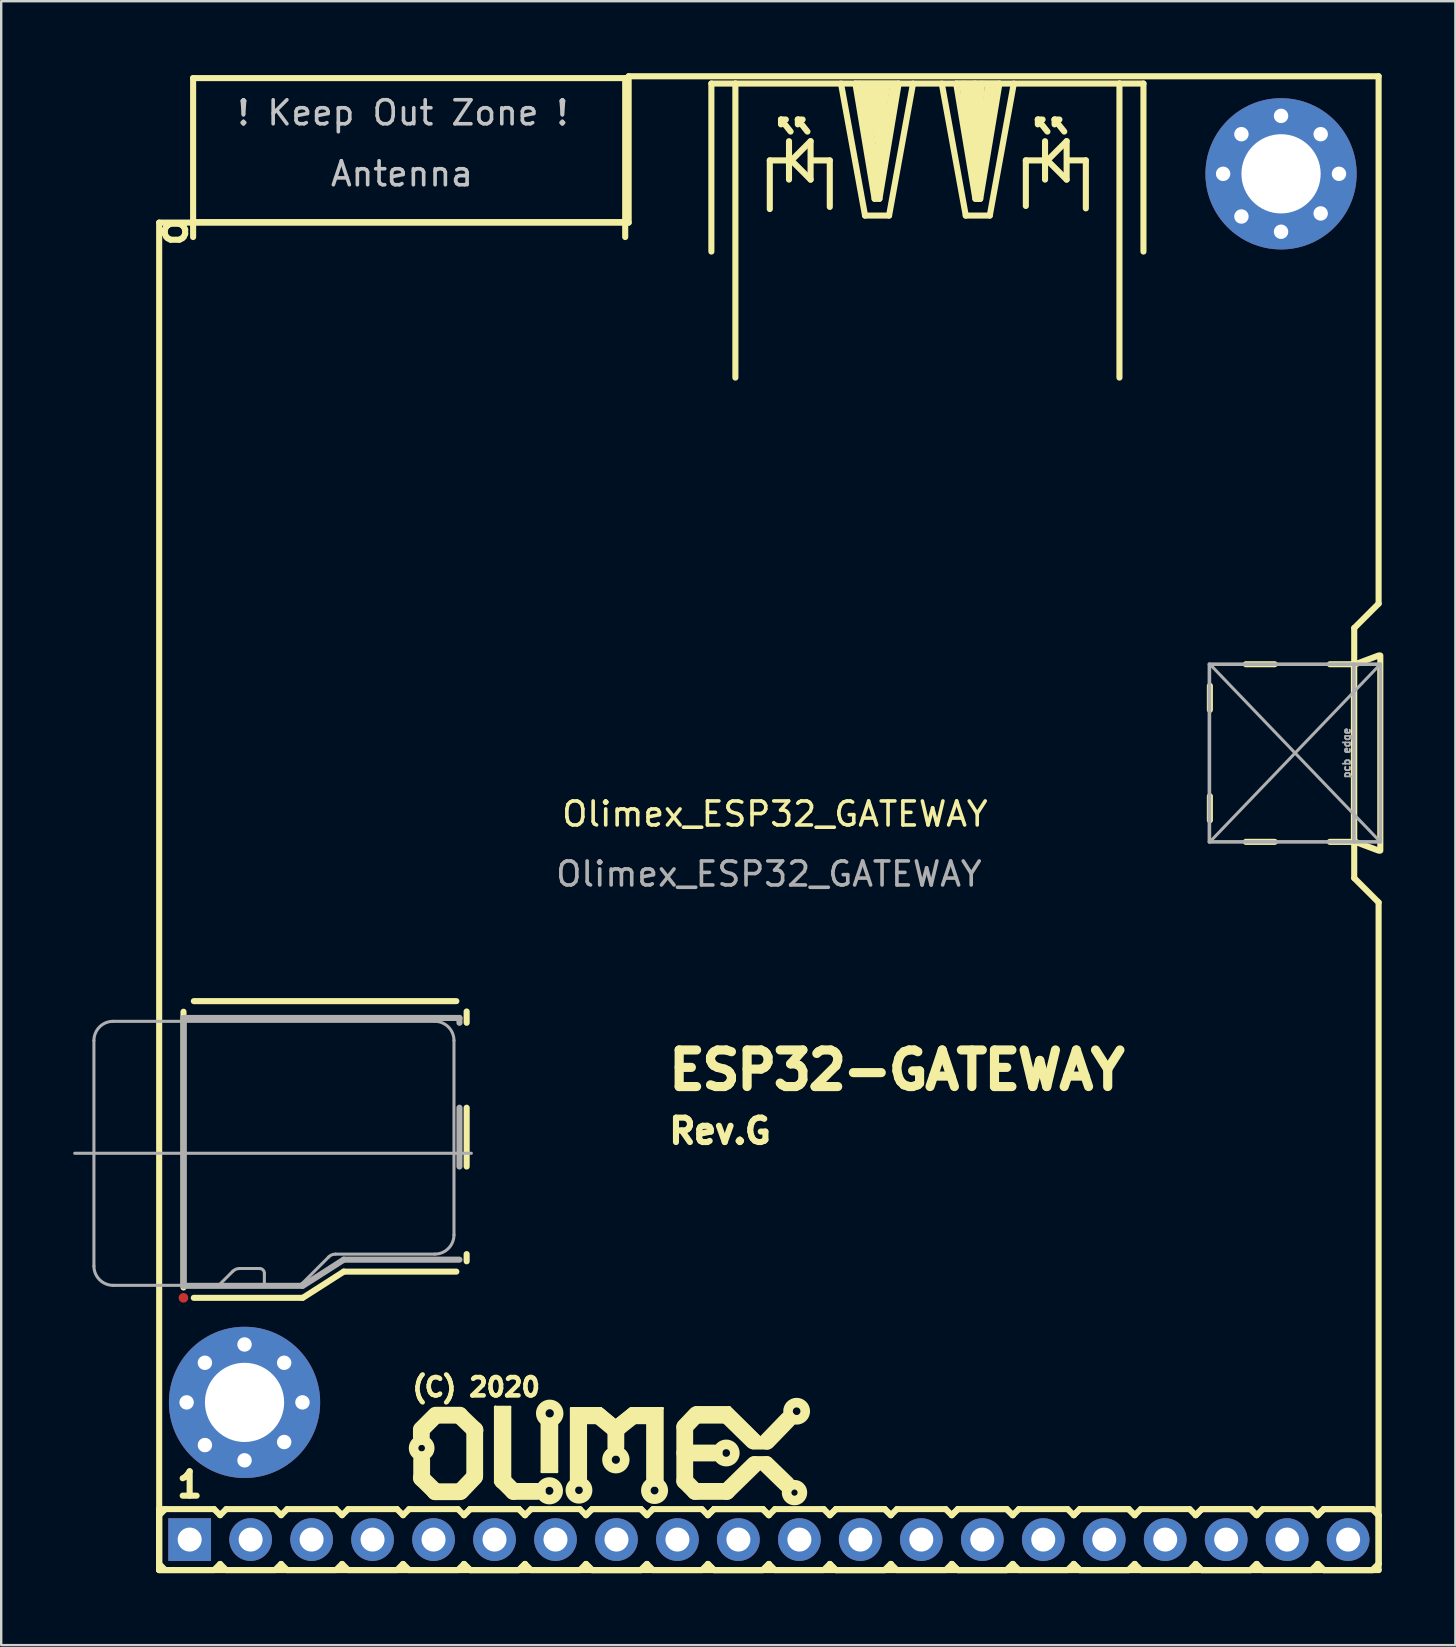
<source format=kicad_pcb>
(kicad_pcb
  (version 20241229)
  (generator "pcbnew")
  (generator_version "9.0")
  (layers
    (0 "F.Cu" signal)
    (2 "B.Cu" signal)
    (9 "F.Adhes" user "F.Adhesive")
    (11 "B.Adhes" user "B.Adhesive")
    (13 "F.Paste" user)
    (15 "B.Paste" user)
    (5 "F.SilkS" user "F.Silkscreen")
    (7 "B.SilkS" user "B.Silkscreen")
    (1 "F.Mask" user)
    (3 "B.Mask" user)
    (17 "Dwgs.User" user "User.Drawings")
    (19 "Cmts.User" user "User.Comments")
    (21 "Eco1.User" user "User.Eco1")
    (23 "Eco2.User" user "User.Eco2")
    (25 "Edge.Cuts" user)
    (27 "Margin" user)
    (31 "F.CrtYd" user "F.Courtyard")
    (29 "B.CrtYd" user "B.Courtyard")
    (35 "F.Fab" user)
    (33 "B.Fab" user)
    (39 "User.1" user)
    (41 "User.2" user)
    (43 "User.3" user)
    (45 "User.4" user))
  (footprint "Olimex_ESP32_GATEWAY"
    (layer "F.Cu")
    (at 28.981 30.861)
    (property "Reference" "Olimex_ESP32_GATEWAY" (at 0.25 0 0) (unlocked yes) (layer "F.SilkS") (effects (font (size 1 1) (thickness 0.15))))
    (attr through_hole)
    (fp_line (start -25.4 -24.638) (end -25.4 31.496) (stroke (width 0.254) (type solid)) (layer "F.SilkS"))
    (fp_line (start -25.4 -24.638) (end -5.842 -24.638) (stroke (width 0.254) (type solid)) (layer "F.SilkS"))
    (fp_line (start -25.4 28.956) (end -25.4 31.496) (stroke (width 0.254) (type solid)) (layer "F.SilkS"))
    (fp_line (start -25.4 28.956) (end -25.146 28.956) (stroke (width 0.254) (type solid)) (layer "F.SilkS"))
    (fp_line (start -25.4 29.21) (end -25.146 28.956) (stroke (width 0.254) (type solid)) (layer "F.SilkS"))
    (fp_line (start -25.4 31.496) (end 25.4 31.496) (stroke (width 0.254) (type solid)) (layer "F.SilkS"))
    (fp_line (start -25.146 28.956) (end -23.114 28.956) (stroke (width 0.254) (type solid)) (layer "F.SilkS"))
    (fp_line (start -25.146 31.496) (end -25.4 31.242) (stroke (width 0.254) (type solid)) (layer "F.SilkS"))
    (fp_line (start -24.892 31.496) (end -25.4 31.496) (stroke (width 0.254) (type solid)) (layer "F.SilkS"))
    (fp_line (start -24.387 8.237) (end -24.387 19.723) (stroke (width 0.254) (type solid)) (layer "F.SilkS"))
    (fp_line (start -23.986 -30.657) (end -23.986 -24.037) (stroke (width 0.254) (type solid)) (layer "F.SilkS"))
    (fp_line (start -23.986 -30.657) (end -5.986 -30.657) (stroke (width 0.254) (type solid)) (layer "F.SilkS"))
    (fp_line (start -23.986 -24.657) (end -5.986 -24.657) (stroke (width 0.254) (type solid)) (layer "F.SilkS"))
    (fp_line (start -23.957 7.795) (end -13.02 7.795) (stroke (width 0.254) (type solid)) (layer "F.SilkS"))
    (fp_line (start -23.957 20.155) (end -19.439 20.155) (stroke (width 0.254) (type solid)) (layer "F.SilkS"))
    (fp_line (start -23.114 28.956) (end -22.86 29.21) (stroke (width 0.254) (type solid)) (layer "F.SilkS"))
    (fp_line (start -23.114 31.496) (end -24.892 31.496) (stroke (width 0.254) (type solid)) (layer "F.SilkS"))
    (fp_line (start -22.86 29.21) (end -22.606 28.956) (stroke (width 0.254) (type solid)) (layer "F.SilkS"))
    (fp_line (start -22.86 31.242) (end -23.114 31.496) (stroke (width 0.254) (type solid)) (layer "F.SilkS"))
    (fp_line (start -22.606 28.956) (end -20.574 28.956) (stroke (width 0.254) (type solid)) (layer "F.SilkS"))
    (fp_line (start -22.606 31.496) (end -22.86 31.242) (stroke (width 0.254) (type solid)) (layer "F.SilkS"))
    (fp_line (start -20.574 28.956) (end -20.32 29.21) (stroke (width 0.254) (type solid)) (layer "F.SilkS"))
    (fp_line (start -20.574 31.496) (end -22.606 31.496) (stroke (width 0.254) (type solid)) (layer "F.SilkS"))
    (fp_line (start -20.574 31.496) (end -20.32 31.242) (stroke (width 0.254) (type solid)) (layer "F.SilkS"))
    (fp_line (start -20.32 29.21) (end -20.066 28.956) (stroke (width 0.254) (type solid)) (layer "F.SilkS"))
    (fp_line (start -20.32 31.242) (end -20.066 31.496) (stroke (width 0.254) (type solid)) (layer "F.SilkS"))
    (fp_line (start -20.066 28.956) (end -18.034 28.956) (stroke (width 0.254) (type solid)) (layer "F.SilkS"))
    (fp_line (start -18.034 28.956) (end -17.78 29.21) (stroke (width 0.254) (type solid)) (layer "F.SilkS"))
    (fp_line (start -18.034 31.496) (end -20.066 31.496) (stroke (width 0.254) (type solid)) (layer "F.SilkS"))
    (fp_line (start -17.78 29.21) (end -17.526 28.956) (stroke (width 0.254) (type solid)) (layer "F.SilkS"))
    (fp_line (start -17.78 31.242) (end -18.034 31.496) (stroke (width 0.254) (type solid)) (layer "F.SilkS"))
    (fp_line (start -17.711 19.063) (end -19.418 20.155) (stroke (width 0.254) (type solid)) (layer "F.SilkS"))
    (fp_line (start -17.526 28.956) (end -15.494 28.956) (stroke (width 0.254) (type solid)) (layer "F.SilkS"))
    (fp_line (start -17.526 31.496) (end -17.78 31.242) (stroke (width 0.254) (type solid)) (layer "F.SilkS"))
    (fp_line (start -15.494 28.956) (end -15.24 29.21) (stroke (width 0.254) (type solid)) (layer "F.SilkS"))
    (fp_line (start -15.494 31.496) (end -17.526 31.496) (stroke (width 0.254) (type solid)) (layer "F.SilkS"))
    (fp_line (start -15.24 29.21) (end -14.986 28.956) (stroke (width 0.254) (type solid)) (layer "F.SilkS"))
    (fp_line (start -15.24 31.242) (end -15.494 31.496) (stroke (width 0.254) (type solid)) (layer "F.SilkS"))
    (fp_line (start -14.986 28.956) (end -12.954 28.956) (stroke (width 0.254) (type solid)) (layer "F.SilkS"))
    (fp_line (start -14.986 31.496) (end -15.24 31.242) (stroke (width 0.254) (type solid)) (layer "F.SilkS"))
    (fp_line (start -14.478 25.641) (end -13.97 25.133) (stroke (width 0.7) (type solid)) (layer "F.SilkS"))
    (fp_line (start -14.478 25.692) (end -14.478 25.933) (stroke (width 0.7) (type solid)) (layer "F.SilkS"))
    (fp_line (start -14.478 27.661) (end -13.894 28.232) (stroke (width 0.7) (type solid)) (layer "F.SilkS"))
    (fp_line (start -14.465 27.673) (end -14.465 26.911) (stroke (width 0.7) (type solid)) (layer "F.SilkS"))
    (fp_line (start -13.906 28.232) (end -12.865 28.232) (stroke (width 0.7) (type solid)) (layer "F.SilkS"))
    (fp_line (start -13.02 19.063) (end -17.711 19.063) (stroke (width 0.254) (type solid)) (layer "F.SilkS"))
    (fp_line (start -12.954 28.956) (end -12.7 29.21) (stroke (width 0.254) (type solid)) (layer "F.SilkS"))
    (fp_line (start -12.954 31.496) (end -14.986 31.496) (stroke (width 0.254) (type solid)) (layer "F.SilkS"))
    (fp_line (start -12.878 25.044) (end -13.881 25.044) (stroke (width 0.7) (type solid)) (layer "F.SilkS"))
    (fp_line (start -12.878 25.057) (end -12.243 25.667) (stroke (width 0.7) (type solid)) (layer "F.SilkS"))
    (fp_line (start -12.7 29.21) (end -12.446 28.956) (stroke (width 0.254) (type solid)) (layer "F.SilkS"))
    (fp_line (start -12.7 29.21) (end -12.446 28.956) (stroke (width 0.254) (type solid)) (layer "F.SilkS"))
    (fp_line (start -12.7 31.242) (end -12.954 31.496) (stroke (width 0.254) (type solid)) (layer "F.SilkS"))
    (fp_line (start -12.591 8.227) (end -12.591 8.697) (stroke (width 0.254) (type solid)) (layer "F.SilkS"))
    (fp_line (start -12.591 12.235) (end -12.591 14.684) (stroke (width 0.254) (type solid)) (layer "F.SilkS"))
    (fp_line (start -12.591 18.334) (end -12.591 18.633) (stroke (width 0.254) (type solid)) (layer "F.SilkS"))
    (fp_line (start -12.446 28.956) (end -10.414 28.956) (stroke (width 0.254) (type solid)) (layer "F.SilkS"))
    (fp_line (start -12.446 28.956) (end -10.414 28.956) (stroke (width 0.254) (type solid)) (layer "F.SilkS"))
    (fp_line (start -12.446 31.496) (end -12.7 31.242) (stroke (width 0.254) (type solid)) (layer "F.SilkS"))
    (fp_line (start -12.446 31.496) (end -12.7 31.242) (stroke (width 0.254) (type solid)) (layer "F.SilkS"))
    (fp_line (start -12.268 27.622) (end -12.827 28.207) (stroke (width 0.7) (type solid)) (layer "F.SilkS"))
    (fp_line (start -12.255 25.654) (end -12.255 27.584) (stroke (width 0.7) (type solid)) (layer "F.SilkS"))
    (fp_line (start -11.405 24.701) (end -11.405 27.851) (stroke (width 0.1) (type solid)) (layer "F.SilkS"))
    (fp_line (start -11.392 24.701) (end -11.405 24.701) (stroke (width 0.1) (type solid)) (layer "F.SilkS"))
    (fp_line (start -11.379 24.701) (end -11.392 24.701) (stroke (width 0.1) (type solid)) (layer "F.SilkS"))
    (fp_line (start -11.265 24.79) (end -11.328 24.778) (stroke (width 0.1) (type solid)) (layer "F.SilkS"))
    (fp_line (start -11.1 24.701) (end -11.379 24.701) (stroke (width 0.1) (type solid)) (layer "F.SilkS"))
    (fp_line (start -11.1 27.775) (end -11.1 25.044) (stroke (width 0.7) (type solid)) (layer "F.SilkS"))
    (fp_line (start -11.087 24.701) (end -10.782 24.701) (stroke (width 0.1) (type solid)) (layer "F.SilkS"))
    (fp_line (start -10.96 24.778) (end -10.846 24.778) (stroke (width 0.1) (type solid)) (layer "F.SilkS"))
    (fp_line (start -10.782 24.701) (end -10.782 27.737) (stroke (width 0.1) (type solid)) (layer "F.SilkS"))
    (fp_line (start -10.643 28.219) (end -11.1 27.762) (stroke (width 0.7) (type solid)) (layer "F.SilkS"))
    (fp_line (start -10.414 28.956) (end -10.16 29.21) (stroke (width 0.254) (type solid)) (layer "F.SilkS"))
    (fp_line (start -10.414 28.956) (end -10.16 29.21) (stroke (width 0.254) (type solid)) (layer "F.SilkS"))
    (fp_line (start -10.414 31.496) (end -12.446 31.496) (stroke (width 0.254) (type solid)) (layer "F.SilkS"))
    (fp_line (start -10.414 31.496) (end -12.446 31.496) (stroke (width 0.254) (type solid)) (layer "F.SilkS"))
    (fp_line (start -10.16 29.21) (end -9.906 28.956) (stroke (width 0.254) (type solid)) (layer "F.SilkS"))
    (fp_line (start -10.16 31.242) (end -10.414 31.496) (stroke (width 0.254) (type solid)) (layer "F.SilkS"))
    (fp_line (start -10.16 31.242) (end -10.414 31.496) (stroke (width 0.254) (type solid)) (layer "F.SilkS"))
    (fp_line (start -9.906 28.956) (end -7.874 28.956) (stroke (width 0.254) (type solid)) (layer "F.SilkS"))
    (fp_line (start -9.906 31.496) (end -10.16 31.242) (stroke (width 0.254) (type solid)) (layer "F.SilkS"))
    (fp_line (start -9.657 28.219) (end -10.643 28.219) (stroke (width 0.7) (type solid)) (layer "F.SilkS"))
    (fp_line (start -9.461 25.387) (end -9.461 27.407) (stroke (width 0.1) (type solid)) (layer "F.SilkS"))
    (fp_line (start -9.461 27.407) (end -8.852 27.407) (stroke (width 0.1) (type solid)) (layer "F.SilkS"))
    (fp_line (start -9.322 27.343) (end -9.385 27.343) (stroke (width 0.1) (type solid)) (layer "F.SilkS"))
    (fp_line (start -9.144 25.502) (end -9.144 27.102) (stroke (width 0.7) (type solid)) (layer "F.SilkS"))
    (fp_line (start -8.979 27.343) (end -8.89 27.343) (stroke (width 0.1) (type solid)) (layer "F.SilkS"))
    (fp_line (start -8.852 27.407) (end -8.826 27.407) (stroke (width 0.1) (type solid)) (layer "F.SilkS"))
    (fp_line (start -8.826 27.407) (end -8.826 25.387) (stroke (width 0.1) (type solid)) (layer "F.SilkS"))
    (fp_line (start -8.242 24.752) (end -6.998 24.752) (stroke (width 0.1) (type solid)) (layer "F.SilkS"))
    (fp_line (start -8.242 27.75) (end -8.242 24.765) (stroke (width 0.1) (type solid)) (layer "F.SilkS"))
    (fp_line (start -8.09 24.816) (end -8.166 24.816) (stroke (width 0.1) (type solid)) (layer "F.SilkS"))
    (fp_line (start -7.925 25.07) (end -7.087 25.07) (stroke (width 0.7) (type solid)) (layer "F.SilkS"))
    (fp_line (start -7.925 27.661) (end -7.925 25.07) (stroke (width 0.7) (type solid)) (layer "F.SilkS"))
    (fp_line (start -7.874 28.956) (end -7.62 29.21) (stroke (width 0.254) (type solid)) (layer "F.SilkS"))
    (fp_line (start -7.874 31.496) (end -9.906 31.496) (stroke (width 0.254) (type solid)) (layer "F.SilkS"))
    (fp_line (start -7.62 29.21) (end -7.366 28.956) (stroke (width 0.254) (type solid)) (layer "F.SilkS"))
    (fp_line (start -7.62 29.21) (end -7.366 28.956) (stroke (width 0.254) (type solid)) (layer "F.SilkS"))
    (fp_line (start -7.62 31.242) (end -7.874 31.496) (stroke (width 0.254) (type solid)) (layer "F.SilkS"))
    (fp_line (start -7.366 28.956) (end -5.334 28.956) (stroke (width 0.254) (type solid)) (layer "F.SilkS"))
    (fp_line (start -7.366 28.956) (end -5.334 28.956) (stroke (width 0.254) (type solid)) (layer "F.SilkS"))
    (fp_line (start -7.366 31.496) (end -7.62 31.242) (stroke (width 0.254) (type solid)) (layer "F.SilkS"))
    (fp_line (start -7.366 31.496) (end -7.62 31.242) (stroke (width 0.254) (type solid)) (layer "F.SilkS"))
    (fp_line (start -7.087 25.07) (end -6.477 25.578) (stroke (width 0.7) (type solid)) (layer "F.SilkS"))
    (fp_line (start -6.998 24.752) (end -6.413 25.235) (stroke (width 0.1) (type solid)) (layer "F.SilkS"))
    (fp_line (start -6.375 26.365) (end -6.375 25.654) (stroke (width 0.7) (type solid)) (layer "F.SilkS"))
    (fp_line (start -6.299 25.578) (end -5.664 25.07) (stroke (width 0.7) (type solid)) (layer "F.SilkS"))
    (fp_line (start -5.986 -30.657) (end -5.986 -24.037) (stroke (width 0.254) (type solid)) (layer "F.SilkS"))
    (fp_line (start -5.842 -24.638) (end -5.842 -30.734) (stroke (width 0.254) (type solid)) (layer "F.SilkS"))
    (fp_line (start -5.753 24.752) (end -6.375 25.248) (stroke (width 0.1) (type solid)) (layer "F.SilkS"))
    (fp_line (start -5.728 24.752) (end -5.753 24.752) (stroke (width 0.1) (type solid)) (layer "F.SilkS"))
    (fp_line (start -5.664 25.07) (end -4.775 25.07) (stroke (width 0.7) (type solid)) (layer "F.SilkS"))
    (fp_line (start -5.334 28.956) (end -5.08 29.21) (stroke (width 0.254) (type solid)) (layer "F.SilkS"))
    (fp_line (start -5.334 28.956) (end -5.08 29.21) (stroke (width 0.254) (type solid)) (layer "F.SilkS"))
    (fp_line (start -5.334 31.496) (end -7.366 31.496) (stroke (width 0.254) (type solid)) (layer "F.SilkS"))
    (fp_line (start -5.334 31.496) (end -7.366 31.496) (stroke (width 0.254) (type solid)) (layer "F.SilkS"))
    (fp_line (start -5.08 29.21) (end -4.826 28.956) (stroke (width 0.254) (type solid)) (layer "F.SilkS"))
    (fp_line (start -5.08 31.242) (end -5.334 31.496) (stroke (width 0.254) (type solid)) (layer "F.SilkS"))
    (fp_line (start -5.08 31.242) (end -5.334 31.496) (stroke (width 0.254) (type solid)) (layer "F.SilkS"))
    (fp_line (start -4.826 28.956) (end -2.794 28.956) (stroke (width 0.254) (type solid)) (layer "F.SilkS"))
    (fp_line (start -4.826 31.496) (end -5.08 31.242) (stroke (width 0.254) (type solid)) (layer "F.SilkS"))
    (fp_line (start -4.763 25.057) (end -4.763 27.661) (stroke (width 0.7) (type solid)) (layer "F.SilkS"))
    (fp_line (start -4.585 24.828) (end -4.483 24.828) (stroke (width 0.1) (type solid)) (layer "F.SilkS"))
    (fp_line (start -4.432 24.752) (end -5.728 24.752) (stroke (width 0.1) (type solid)) (layer "F.SilkS"))
    (fp_line (start -4.432 24.765) (end -4.432 24.752) (stroke (width 0.1) (type solid)) (layer "F.SilkS"))
    (fp_line (start -4.432 27.775) (end -4.432 24.765) (stroke (width 0.1) (type solid)) (layer "F.SilkS"))
    (fp_line (start -3.505 25.527) (end -3.023 25.019) (stroke (width 0.7) (type solid)) (layer "F.SilkS"))
    (fp_line (start -3.505 25.552) (end -3.505 27.788) (stroke (width 0.7) (type solid)) (layer "F.SilkS"))
    (fp_line (start -3.505 27.788) (end -3.073 28.219) (stroke (width 0.7) (type solid)) (layer "F.SilkS"))
    (fp_line (start -3.073 28.219) (end -1.753 28.219) (stroke (width 0.7) (type solid)) (layer "F.SilkS"))
    (fp_line (start -3.061 24.714) (end -1.689 24.714) (stroke (width 0.1) (type solid)) (layer "F.SilkS"))
    (fp_line (start -2.974 25.044) (end -1.753 25.044) (stroke (width 0.7) (type solid)) (layer "F.SilkS"))
    (fp_line (start -2.794 28.956) (end -2.54 29.21) (stroke (width 0.254) (type solid)) (layer "F.SilkS"))
    (fp_line (start -2.794 31.496) (end -4.826 31.496) (stroke (width 0.254) (type solid)) (layer "F.SilkS"))
    (fp_line (start -2.54 29.21) (end -2.286 28.956) (stroke (width 0.254) (type solid)) (layer "F.SilkS"))
    (fp_line (start -2.54 29.21) (end -2.286 28.956) (stroke (width 0.254) (type solid)) (layer "F.SilkS"))
    (fp_line (start -2.54 31.242) (end -2.794 31.496) (stroke (width 0.254) (type solid)) (layer "F.SilkS"))
    (fp_line (start -2.396 -30.431) (end -2.396 -23.431) (stroke (width 0.254) (type solid)) (layer "F.SilkS"))
    (fp_line (start -2.286 26.619) (end -3.505 26.619) (stroke (width 0.7) (type solid)) (layer "F.SilkS"))
    (fp_line (start -2.286 28.956) (end -0.254 28.956) (stroke (width 0.254) (type solid)) (layer "F.SilkS"))
    (fp_line (start -2.286 28.956) (end -0.254 28.956) (stroke (width 0.254) (type solid)) (layer "F.SilkS"))
    (fp_line (start -2.286 31.496) (end -2.54 31.242) (stroke (width 0.254) (type solid)) (layer "F.SilkS"))
    (fp_line (start -2.286 31.496) (end -2.54 31.242) (stroke (width 0.254) (type solid)) (layer "F.SilkS"))
    (fp_line (start -1.753 25.044) (end -0.66 26.111) (stroke (width 0.7) (type solid)) (layer "F.SilkS"))
    (fp_line (start -1.753 28.219) (end -0.61 27.102) (stroke (width 0.7) (type solid)) (layer "F.SilkS"))
    (fp_line (start -1.689 24.714) (end -1.638 24.714) (stroke (width 0.1) (type solid)) (layer "F.SilkS"))
    (fp_line (start -1.638 24.714) (end -0.381 25.959) (stroke (width 0.1) (type solid)) (layer "F.SilkS"))
    (fp_line (start -1.396 -30.431) (end -2.396 -30.431) (stroke (width 0.254) (type solid)) (layer "F.SilkS"))
    (fp_line (start -1.396 -30.431) (end 14.604 -30.431) (stroke (width 0.254) (type solid)) (layer "F.SilkS"))
    (fp_line (start -1.396 -18.181) (end -1.396 -30.431) (stroke (width 0.254) (type solid)) (layer "F.SilkS"))
    (fp_line (start -0.635 26.226) (end -0.076 26.226) (stroke (width 0.5) (type solid)) (layer "F.SilkS"))
    (fp_line (start -0.61 27) (end -0.076 27) (stroke (width 0.5) (type solid)) (layer "F.SilkS"))
    (fp_line (start -0.254 28.956) (end 0 29.21) (stroke (width 0.254) (type solid)) (layer "F.SilkS"))
    (fp_line (start -0.254 28.956) (end 0 29.21) (stroke (width 0.254) (type solid)) (layer "F.SilkS"))
    (fp_line (start -0.254 31.496) (end -2.286 31.496) (stroke (width 0.254) (type solid)) (layer "F.SilkS"))
    (fp_line (start -0.254 31.496) (end -2.286 31.496) (stroke (width 0.254) (type solid)) (layer "F.SilkS"))
    (fp_line (start 0 29.21) (end 0.254 28.956) (stroke (width 0.254) (type solid)) (layer "F.SilkS"))
    (fp_line (start 0 31.242) (end -0.254 31.496) (stroke (width 0.254) (type solid)) (layer "F.SilkS"))
    (fp_line (start 0 31.242) (end -0.254 31.496) (stroke (width 0.254) (type solid)) (layer "F.SilkS"))
    (fp_line (start 0.038 -27.229) (end 0.737 -27.229) (stroke (width 0.254) (type solid)) (layer "F.SilkS"))
    (fp_line (start 0.038 -25.202) (end 0.038 -27.229) (stroke (width 0.254) (type solid)) (layer "F.SilkS"))
    (fp_line (start 0.254 28.956) (end 2.286 28.956) (stroke (width 0.254) (type solid)) (layer "F.SilkS"))
    (fp_line (start 0.254 31.496) (end 0 31.242) (stroke (width 0.254) (type solid)) (layer "F.SilkS"))
    (fp_line (start 0.505 -28.931) (end 0.505 -28.73) (stroke (width 0.254) (type solid)) (layer "F.SilkS"))
    (fp_line (start 0.505 -28.931) (end 0.706 -28.931) (stroke (width 0.254) (type solid)) (layer "F.SilkS"))
    (fp_line (start 0.737 27.915) (end -0.102 27.102) (stroke (width 0.7) (type solid)) (layer "F.SilkS"))
    (fp_line (start 0.787 25.235) (end -0.076 26.129) (stroke (width 0.7) (type solid)) (layer "F.SilkS"))
    (fp_line (start 0.838 -28.029) (end 0.838 -26.429) (stroke (width 0.254) (type solid)) (layer "F.SilkS"))
    (fp_line (start 0.904 -28.43) (end 0.505 -28.931) (stroke (width 0.254) (type solid)) (layer "F.SilkS"))
    (fp_line (start 0.937 -27.229) (end 1.737 -26.429) (stroke (width 0.254) (type solid)) (layer "F.SilkS"))
    (fp_line (start 1.206 -28.931) (end 1.206 -28.73) (stroke (width 0.254) (type solid)) (layer "F.SilkS"))
    (fp_line (start 1.206 -28.931) (end 1.405 -28.931) (stroke (width 0.254) (type solid)) (layer "F.SilkS"))
    (fp_line (start 1.605 -28.43) (end 1.206 -28.931) (stroke (width 0.254) (type solid)) (layer "F.SilkS"))
    (fp_line (start 1.737 -28.029) (end 0.937 -27.229) (stroke (width 0.254) (type solid)) (layer "F.SilkS"))
    (fp_line (start 1.737 -28.029) (end 1.737 -26.429) (stroke (width 0.254) (type solid)) (layer "F.SilkS"))
    (fp_line (start 1.836 -27.229) (end 2.537 -27.229) (stroke (width 0.254) (type solid)) (layer "F.SilkS"))
    (fp_line (start 2.286 28.956) (end 2.54 29.21) (stroke (width 0.254) (type solid)) (layer "F.SilkS"))
    (fp_line (start 2.286 31.496) (end 0.254 31.496) (stroke (width 0.254) (type solid)) (layer "F.SilkS"))
    (fp_line (start 2.537 -27.229) (end 2.537 -25.291) (stroke (width 0.254) (type solid)) (layer "F.SilkS"))
    (fp_line (start 2.54 29.21) (end 2.794 28.956) (stroke (width 0.254) (type solid)) (layer "F.SilkS"))
    (fp_line (start 2.54 29.21) (end 2.794 28.956) (stroke (width 0.254) (type solid)) (layer "F.SilkS"))
    (fp_line (start 2.54 31.242) (end 2.286 31.496) (stroke (width 0.254) (type solid)) (layer "F.SilkS"))
    (fp_line (start 2.794 28.956) (end 4.826 28.956) (stroke (width 0.254) (type solid)) (layer "F.SilkS"))
    (fp_line (start 2.794 28.956) (end 4.826 28.956) (stroke (width 0.254) (type solid)) (layer "F.SilkS"))
    (fp_line (start 2.794 31.496) (end 2.54 31.242) (stroke (width 0.254) (type solid)) (layer "F.SilkS"))
    (fp_line (start 2.794 31.496) (end 2.54 31.242) (stroke (width 0.254) (type solid)) (layer "F.SilkS"))
    (fp_line (start 3.604 -30.429) (end 5.405 -30.429) (stroke (width 0.254) (type solid)) (layer "F.SilkS"))
    (fp_line (start 4.006 -24.93) (end 3.005 -30.429) (stroke (width 0.254) (type solid)) (layer "F.SilkS"))
    (fp_line (start 4.404 -25.629) (end 3.604 -30.429) (stroke (width 0.254) (type solid)) (layer "F.SilkS"))
    (fp_line (start 4.454 -27.041) (end 4.934 -30.401) (stroke (width 0.254) (type solid)) (layer "F.SilkS"))
    (fp_line (start 4.504 -25.991) (end 5.174 -30.411) (stroke (width 0.254) (type solid)) (layer "F.SilkS"))
    (fp_line (start 4.514 -29.531) (end 4.514 -30.401) (stroke (width 0.254) (type solid)) (layer "F.SilkS"))
    (fp_line (start 4.514 -26.571) (end 3.994 -30.301) (stroke (width 0.254) (type solid)) (layer "F.SilkS"))
    (fp_line (start 4.514 -25.821) (end 3.794 -30.421) (stroke (width 0.254) (type solid)) (layer "F.SilkS"))
    (fp_line (start 4.554 -28.211) (end 4.704 -30.391) (stroke (width 0.254) (type solid)) (layer "F.SilkS"))
    (fp_line (start 4.584 -27.791) (end 4.184 -30.361) (stroke (width 0.254) (type solid)) (layer "F.SilkS"))
    (fp_line (start 4.605 -25.629) (end 4.404 -25.629) (stroke (width 0.254) (type solid)) (layer "F.SilkS"))
    (fp_line (start 4.624 -28.821) (end 4.344 -30.401) (stroke (width 0.254) (type solid)) (layer "F.SilkS"))
    (fp_line (start 4.826 28.956) (end 5.08 29.21) (stroke (width 0.254) (type solid)) (layer "F.SilkS"))
    (fp_line (start 4.826 28.956) (end 5.08 29.21) (stroke (width 0.254) (type solid)) (layer "F.SilkS"))
    (fp_line (start 4.826 31.496) (end 2.794 31.496) (stroke (width 0.254) (type solid)) (layer "F.SilkS"))
    (fp_line (start 4.826 31.496) (end 2.794 31.496) (stroke (width 0.254) (type solid)) (layer "F.SilkS"))
    (fp_line (start 5.006 -24.93) (end 4.006 -24.93) (stroke (width 0.254) (type solid)) (layer "F.SilkS"))
    (fp_line (start 5.08 29.21) (end 5.334 28.956) (stroke (width 0.254) (type solid)) (layer "F.SilkS"))
    (fp_line (start 5.08 31.242) (end 4.826 31.496) (stroke (width 0.254) (type solid)) (layer "F.SilkS"))
    (fp_line (start 5.08 31.242) (end 4.826 31.496) (stroke (width 0.254) (type solid)) (layer "F.SilkS"))
    (fp_line (start 5.334 28.956) (end 7.366 28.956) (stroke (width 0.254) (type solid)) (layer "F.SilkS"))
    (fp_line (start 5.334 31.496) (end 5.08 31.242) (stroke (width 0.254) (type solid)) (layer "F.SilkS"))
    (fp_line (start 5.405 -30.429) (end 4.605 -25.629) (stroke (width 0.254) (type solid)) (layer "F.SilkS"))
    (fp_line (start 6.005 -30.429) (end 5.006 -24.93) (stroke (width 0.254) (type solid)) (layer "F.SilkS"))
    (fp_line (start 7.366 28.956) (end 7.62 29.21) (stroke (width 0.254) (type solid)) (layer "F.SilkS"))
    (fp_line (start 7.366 31.496) (end 5.334 31.496) (stroke (width 0.254) (type solid)) (layer "F.SilkS"))
    (fp_line (start 7.62 29.21) (end 7.874 28.956) (stroke (width 0.254) (type solid)) (layer "F.SilkS"))
    (fp_line (start 7.62 29.21) (end 7.874 28.956) (stroke (width 0.254) (type solid)) (layer "F.SilkS"))
    (fp_line (start 7.62 31.242) (end 7.366 31.496) (stroke (width 0.254) (type solid)) (layer "F.SilkS"))
    (fp_line (start 7.803 -30.429) (end 9.604 -30.429) (stroke (width 0.254) (type solid)) (layer "F.SilkS"))
    (fp_line (start 7.874 28.956) (end 9.906 28.956) (stroke (width 0.254) (type solid)) (layer "F.SilkS"))
    (fp_line (start 7.874 28.956) (end 9.906 28.956) (stroke (width 0.254) (type solid)) (layer "F.SilkS"))
    (fp_line (start 7.874 31.496) (end 7.62 31.242) (stroke (width 0.254) (type solid)) (layer "F.SilkS"))
    (fp_line (start 7.874 31.496) (end 7.62 31.242) (stroke (width 0.254) (type solid)) (layer "F.SilkS"))
    (fp_line (start 8.202 -24.93) (end 7.203 -30.429) (stroke (width 0.254) (type solid)) (layer "F.SilkS"))
    (fp_line (start 8.603 -25.629) (end 7.803 -30.429) (stroke (width 0.254) (type solid)) (layer "F.SilkS"))
    (fp_line (start 8.604 -29.561) (end 8.744 -30.371) (stroke (width 0.254) (type solid)) (layer "F.SilkS"))
    (fp_line (start 8.684 -27.911) (end 8.874 -30.421) (stroke (width 0.254) (type solid)) (layer "F.SilkS"))
    (fp_line (start 8.704 -25.631) (end 8.054 -30.421) (stroke (width 0.254) (type solid)) (layer "F.SilkS"))
    (fp_line (start 8.714 -26.681) (end 9.124 -30.411) (stroke (width 0.254) (type solid)) (layer "F.SilkS"))
    (fp_line (start 8.714 -25.781) (end 9.364 -30.411) (stroke (width 0.254) (type solid)) (layer "F.SilkS"))
    (fp_line (start 8.724 -26.391) (end 8.164 -30.421) (stroke (width 0.254) (type solid)) (layer "F.SilkS"))
    (fp_line (start 8.734 -27.201) (end 8.374 -30.411) (stroke (width 0.254) (type solid)) (layer "F.SilkS"))
    (fp_line (start 8.774 -28.791) (end 8.574 -30.431) (stroke (width 0.254) (type solid)) (layer "F.SilkS"))
    (fp_line (start 8.804 -25.629) (end 8.603 -25.629) (stroke (width 0.254) (type solid)) (layer "F.SilkS"))
    (fp_line (start 9.202 -24.93) (end 8.202 -24.93) (stroke (width 0.254) (type solid)) (layer "F.SilkS"))
    (fp_line (start 9.604 -30.429) (end 8.804 -25.629) (stroke (width 0.254) (type solid)) (layer "F.SilkS"))
    (fp_line (start 9.906 28.956) (end 10.16 29.21) (stroke (width 0.254) (type solid)) (layer "F.SilkS"))
    (fp_line (start 9.906 28.956) (end 10.16 29.21) (stroke (width 0.254) (type solid)) (layer "F.SilkS"))
    (fp_line (start 9.906 31.496) (end 7.874 31.496) (stroke (width 0.254) (type solid)) (layer "F.SilkS"))
    (fp_line (start 9.906 31.496) (end 7.874 31.496) (stroke (width 0.254) (type solid)) (layer "F.SilkS"))
    (fp_line (start 10.16 29.21) (end 10.414 28.956) (stroke (width 0.254) (type solid)) (layer "F.SilkS"))
    (fp_line (start 10.16 31.242) (end 9.906 31.496) (stroke (width 0.254) (type solid)) (layer "F.SilkS"))
    (fp_line (start 10.16 31.242) (end 9.906 31.496) (stroke (width 0.254) (type solid)) (layer "F.SilkS"))
    (fp_line (start 10.203 -30.429) (end 9.202 -24.93) (stroke (width 0.254) (type solid)) (layer "F.SilkS"))
    (fp_line (start 10.414 28.956) (end 12.446 28.956) (stroke (width 0.254) (type solid)) (layer "F.SilkS"))
    (fp_line (start 10.414 31.496) (end 10.16 31.242) (stroke (width 0.254) (type solid)) (layer "F.SilkS"))
    (fp_line (start 10.704 -27.231) (end 10.704 -25.331) (stroke (width 0.254) (type solid)) (layer "F.SilkS"))
    (fp_line (start 11.204 -28.931) (end 11.204 -28.73) (stroke (width 0.254) (type solid)) (layer "F.SilkS"))
    (fp_line (start 11.204 -28.931) (end 11.402 -28.931) (stroke (width 0.254) (type solid)) (layer "F.SilkS"))
    (fp_line (start 11.402 -27.229) (end 10.704 -27.229) (stroke (width 0.254) (type solid)) (layer "F.SilkS"))
    (fp_line (start 11.504 -26.429) (end 11.504 -28.029) (stroke (width 0.254) (type solid)) (layer "F.SilkS"))
    (fp_line (start 11.603 -28.43) (end 11.204 -28.931) (stroke (width 0.254) (type solid)) (layer "F.SilkS"))
    (fp_line (start 11.603 -27.229) (end 12.403 -28.029) (stroke (width 0.254) (type solid)) (layer "F.SilkS"))
    (fp_line (start 11.902 -28.931) (end 11.902 -28.73) (stroke (width 0.254) (type solid)) (layer "F.SilkS"))
    (fp_line (start 11.902 -28.931) (end 12.103 -28.931) (stroke (width 0.254) (type solid)) (layer "F.SilkS"))
    (fp_line (start 12.304 -28.43) (end 11.902 -28.931) (stroke (width 0.254) (type solid)) (layer "F.SilkS"))
    (fp_line (start 12.403 -26.429) (end 11.603 -27.229) (stroke (width 0.254) (type solid)) (layer "F.SilkS"))
    (fp_line (start 12.404 -26.431) (end 12.404 -28.031) (stroke (width 0.254) (type solid)) (layer "F.SilkS"))
    (fp_line (start 12.446 28.956) (end 12.7 29.21) (stroke (width 0.254) (type solid)) (layer "F.SilkS"))
    (fp_line (start 12.446 31.496) (end 10.414 31.496) (stroke (width 0.254) (type solid)) (layer "F.SilkS"))
    (fp_line (start 12.7 29.21) (end 12.954 28.956) (stroke (width 0.254) (type solid)) (layer "F.SilkS"))
    (fp_line (start 12.7 29.21) (end 12.954 28.956) (stroke (width 0.254) (type solid)) (layer "F.SilkS"))
    (fp_line (start 12.7 31.242) (end 12.446 31.496) (stroke (width 0.254) (type solid)) (layer "F.SilkS"))
    (fp_line (start 12.954 28.956) (end 14.986 28.956) (stroke (width 0.254) (type solid)) (layer "F.SilkS"))
    (fp_line (start 12.954 28.956) (end 14.986 28.956) (stroke (width 0.254) (type solid)) (layer "F.SilkS"))
    (fp_line (start 12.954 31.496) (end 12.7 31.242) (stroke (width 0.254) (type solid)) (layer "F.SilkS"))
    (fp_line (start 12.954 31.496) (end 12.7 31.242) (stroke (width 0.254) (type solid)) (layer "F.SilkS"))
    (fp_line (start 13.204 -27.231) (end 12.504 -27.231) (stroke (width 0.254) (type solid)) (layer "F.SilkS"))
    (fp_line (start 13.204 -25.231) (end 13.204 -27.231) (stroke (width 0.254) (type solid)) (layer "F.SilkS"))
    (fp_line (start 14.604 -30.431) (end 14.604 -18.181) (stroke (width 0.254) (type solid)) (layer "F.SilkS"))
    (fp_line (start 14.604 -30.431) (end 15.604 -30.431) (stroke (width 0.254) (type solid)) (layer "F.SilkS"))
    (fp_line (start 14.986 28.956) (end 15.24 29.21) (stroke (width 0.254) (type solid)) (layer "F.SilkS"))
    (fp_line (start 14.986 28.956) (end 15.24 29.21) (stroke (width 0.254) (type solid)) (layer "F.SilkS"))
    (fp_line (start 14.986 31.496) (end 12.954 31.496) (stroke (width 0.254) (type solid)) (layer "F.SilkS"))
    (fp_line (start 14.986 31.496) (end 12.954 31.496) (stroke (width 0.254) (type solid)) (layer "F.SilkS"))
    (fp_line (start 15.24 29.21) (end 15.494 28.956) (stroke (width 0.254) (type solid)) (layer "F.SilkS"))
    (fp_line (start 15.24 31.242) (end 14.986 31.496) (stroke (width 0.254) (type solid)) (layer "F.SilkS"))
    (fp_line (start 15.24 31.242) (end 14.986 31.496) (stroke (width 0.254) (type solid)) (layer "F.SilkS"))
    (fp_line (start 15.494 28.956) (end 17.526 28.956) (stroke (width 0.254) (type solid)) (layer "F.SilkS"))
    (fp_line (start 15.494 31.496) (end 15.24 31.242) (stroke (width 0.254) (type solid)) (layer "F.SilkS"))
    (fp_line (start 15.604 -30.431) (end 15.604 -23.431) (stroke (width 0.254) (type solid)) (layer "F.SilkS"))
    (fp_line (start 17.526 28.956) (end 17.78 29.21) (stroke (width 0.254) (type solid)) (layer "F.SilkS"))
    (fp_line (start 17.526 31.496) (end 15.494 31.496) (stroke (width 0.254) (type solid)) (layer "F.SilkS"))
    (fp_line (start 17.78 29.21) (end 18.034 28.956) (stroke (width 0.254) (type solid)) (layer "F.SilkS"))
    (fp_line (start 17.78 29.21) (end 18.034 28.956) (stroke (width 0.254) (type solid)) (layer "F.SilkS"))
    (fp_line (start 17.78 31.242) (end 17.526 31.496) (stroke (width 0.254) (type solid)) (layer "F.SilkS"))
    (fp_line (start 18.034 28.956) (end 20.066 28.956) (stroke (width 0.254) (type solid)) (layer "F.SilkS"))
    (fp_line (start 18.034 28.956) (end 20.066 28.956) (stroke (width 0.254) (type solid)) (layer "F.SilkS"))
    (fp_line (start 18.034 31.496) (end 17.78 31.242) (stroke (width 0.254) (type solid)) (layer "F.SilkS"))
    (fp_line (start 18.034 31.496) (end 17.78 31.242) (stroke (width 0.254) (type solid)) (layer "F.SilkS"))
    (fp_line (start 18.371 -5.34) (end 18.371 -4.34) (stroke (width 0.254) (type solid)) (layer "F.SilkS"))
    (fp_line (start 18.371 -0.74) (end 18.371 0.26) (stroke (width 0.254) (type solid)) (layer "F.SilkS"))
    (fp_line (start 19.871 -6.24) (end 21.071 -6.24) (stroke (width 0.254) (type solid)) (layer "F.SilkS"))
    (fp_line (start 19.871 1.16) (end 21.071 1.16) (stroke (width 0.254) (type solid)) (layer "F.SilkS"))
    (fp_line (start 20.066 28.956) (end 20.32 29.21) (stroke (width 0.254) (type solid)) (layer "F.SilkS"))
    (fp_line (start 20.066 28.956) (end 20.32 29.21) (stroke (width 0.254) (type solid)) (layer "F.SilkS"))
    (fp_line (start 20.066 31.496) (end 18.034 31.496) (stroke (width 0.254) (type solid)) (layer "F.SilkS"))
    (fp_line (start 20.066 31.496) (end 18.034 31.496) (stroke (width 0.254) (type solid)) (layer "F.SilkS"))
    (fp_line (start 20.32 29.21) (end 20.574 28.956) (stroke (width 0.254) (type solid)) (layer "F.SilkS"))
    (fp_line (start 20.32 31.242) (end 20.066 31.496) (stroke (width 0.254) (type solid)) (layer "F.SilkS"))
    (fp_line (start 20.32 31.242) (end 20.066 31.496) (stroke (width 0.254) (type solid)) (layer "F.SilkS"))
    (fp_line (start 20.574 28.956) (end 22.606 28.956) (stroke (width 0.254) (type solid)) (layer "F.SilkS"))
    (fp_line (start 20.574 31.496) (end 20.32 31.242) (stroke (width 0.254) (type solid)) (layer "F.SilkS"))
    (fp_line (start 22.606 28.956) (end 22.86 29.21) (stroke (width 0.254) (type solid)) (layer "F.SilkS"))
    (fp_line (start 22.606 31.496) (end 20.574 31.496) (stroke (width 0.254) (type solid)) (layer "F.SilkS"))
    (fp_line (start 22.86 29.21) (end 23.114 28.956) (stroke (width 0.254) (type solid)) (layer "F.SilkS"))
    (fp_line (start 22.86 29.21) (end 23.114 28.956) (stroke (width 0.254) (type solid)) (layer "F.SilkS"))
    (fp_line (start 22.86 31.242) (end 22.606 31.496) (stroke (width 0.254) (type solid)) (layer "F.SilkS"))
    (fp_line (start 23.114 28.956) (end 25.146 28.956) (stroke (width 0.254) (type solid)) (layer "F.SilkS"))
    (fp_line (start 23.114 28.956) (end 25.146 28.956) (stroke (width 0.254) (type solid)) (layer "F.SilkS"))
    (fp_line (start 23.114 31.496) (end 22.86 31.242) (stroke (width 0.254) (type solid)) (layer "F.SilkS"))
    (fp_line (start 23.114 31.496) (end 22.86 31.242) (stroke (width 0.254) (type solid)) (layer "F.SilkS"))
    (fp_line (start 23.371 -6.24) (end 24.371 -6.24) (stroke (width 0.254) (type solid)) (layer "F.SilkS"))
    (fp_line (start 24.371 -6.24) (end 24.371 1.16) (stroke (width 0.254) (type solid)) (layer "F.SilkS"))
    (fp_line (start 24.371 1.16) (end 23.371 1.16) (stroke (width 0.254) (type solid)) (layer "F.SilkS"))
    (fp_line (start 24.384 -7.747) (end 24.384 2.667) (stroke (width 0.254) (type solid)) (layer "F.SilkS"))
    (fp_line (start 24.384 2.667) (end 25.4 3.683) (stroke (width 0.254) (type solid)) (layer "F.SilkS"))
    (fp_line (start 25.146 28.956) (end 25.4 29.21) (stroke (width 0.254) (type solid)) (layer "F.SilkS"))
    (fp_line (start 25.146 28.956) (end 25.4 29.21) (stroke (width 0.254) (type solid)) (layer "F.SilkS"))
    (fp_line (start 25.146 31.496) (end 23.114 31.496) (stroke (width 0.254) (type solid)) (layer "F.SilkS"))
    (fp_line (start 25.146 31.496) (end 23.114 31.496) (stroke (width 0.254) (type solid)) (layer "F.SilkS"))
    (fp_line (start 25.4 -30.734) (end -5.842 -30.734) (stroke (width 0.254) (type solid)) (layer "F.SilkS"))
    (fp_line (start 25.4 -30.734) (end 25.4 -8.763) (stroke (width 0.254) (type solid)) (layer "F.SilkS"))
    (fp_line (start 25.4 -8.763) (end 24.384 -7.747) (stroke (width 0.254) (type solid)) (layer "F.SilkS"))
    (fp_line (start 25.4 -6.604) (end 24.384 -6.223) (stroke (width 0.254) (type solid)) (layer "F.SilkS"))
    (fp_line (start 25.4 1.524) (end 24.384 1.143) (stroke (width 0.254) (type solid)) (layer "F.SilkS"))
    (fp_line (start 25.4 3.683) (end 25.4 31.496) (stroke (width 0.254) (type solid)) (layer "F.SilkS"))
    (fp_line (start 25.4 29.21) (end 25.4 31.242) (stroke (width 0.254) (type solid)) (layer "F.SilkS"))
    (fp_line (start 25.4 31.242) (end 25.146 31.496) (stroke (width 0.254) (type solid)) (layer "F.SilkS"))
    (fp_line (start 25.4 31.242) (end 25.146 31.496) (stroke (width 0.254) (type solid)) (layer "F.SilkS"))
    (fp_line (start 25.471 -6.604) (end 25.471 1.524) (stroke (width 0.254) (type solid)) (layer "F.SilkS"))
    (fp_circle (center -14.465 26.416) (end -14.148 26.302) (stroke (width 0.4) (type solid)) (fill no) (layer "F.SilkS"))
    (fp_circle (center -9.144 28.194) (end -8.941 27.889) (stroke (width 0.4) (type solid)) (fill no) (layer "F.SilkS"))
    (fp_circle (center -9.131 24.968) (end -9.017 24.613) (stroke (width 0.4) (type solid)) (fill no) (layer "F.SilkS"))
    (fp_circle (center -7.912 28.169) (end -7.671 27.902) (stroke (width 0.4) (type solid)) (fill no) (layer "F.SilkS"))
    (fp_circle (center -6.375 26.899) (end -6.147 26.607) (stroke (width 0.4) (type solid)) (fill no) (layer "F.SilkS"))
    (fp_circle (center -4.763 28.181) (end -4.547 27.889) (stroke (width 0.4) (type solid)) (fill no) (layer "F.SilkS"))
    (fp_circle (center -1.778 26.619) (end -1.511 26.378) (stroke (width 0.4) (type solid)) (fill no) (layer "F.SilkS"))
    (fp_circle (center 1.067 28.27) (end 1.359 28.118) (stroke (width 0.4) (type solid)) (fill no) (layer "F.SilkS"))
    (fp_circle (center 1.156 24.879) (end 1.46 24.689) (stroke (width 0.4) (type solid)) (fill no) (layer "F.SilkS"))
    (fp_line (start -28.118 18.834) (end -28.118 9.436) (stroke (width 0.127) (type solid)) (layer "F.Fab"))
    (fp_line (start -27.318 8.636) (end -13.919 8.636) (stroke (width 0.127) (type solid)) (layer "F.Fab"))
    (fp_line (start -24.387 8.496) (end -24.387 19.655) (stroke (width 0.254) (type solid)) (layer "F.Fab"))
    (fp_line (start -24.387 8.496) (end -12.89 8.496) (stroke (width 0.254) (type solid)) (layer "F.Fab"))
    (fp_line (start -24.387 19.655) (end -19.439 19.655) (stroke (width 0.254) (type solid)) (layer "F.Fab"))
    (fp_line (start -22.918 19.634) (end -27.318 19.634) (stroke (width 0.127) (type solid)) (layer "F.Fab"))
    (fp_line (start -22.334 19.05) (end -22.918 19.634) (stroke (width 0.127) (type solid)) (layer "F.Fab"))
    (fp_line (start -21.217 18.933) (end -22.052 18.933) (stroke (width 0.127) (type solid)) (layer "F.Fab"))
    (fp_line (start -21.018 19.533) (end -21.018 19.134) (stroke (width 0.127) (type solid)) (layer "F.Fab"))
    (fp_line (start -19.682 19.634) (end -20.917 19.634) (stroke (width 0.127) (type solid)) (layer "F.Fab"))
    (fp_line (start -18.336 18.451) (end -19.401 19.517) (stroke (width 0.127) (type solid)) (layer "F.Fab"))
    (fp_line (start -17.711 18.565) (end -19.418 19.655) (stroke (width 0.254) (type solid)) (layer "F.Fab"))
    (fp_line (start -13.919 18.334) (end -18.054 18.334) (stroke (width 0.127) (type solid)) (layer "F.Fab"))
    (fp_line (start -13.119 9.436) (end -13.119 17.534) (stroke (width 0.127) (type solid)) (layer "F.Fab"))
    (fp_line (start -12.89 8.496) (end -12.89 8.697) (stroke (width 0.254) (type solid)) (layer "F.Fab"))
    (fp_line (start -12.89 12.235) (end -12.89 14.684) (stroke (width 0.254) (type solid)) (layer "F.Fab"))
    (fp_line (start -12.89 18.565) (end -17.711 18.565) (stroke (width 0.254) (type solid)) (layer "F.Fab"))
    (fp_line (start -12.395 14.133) (end -28.918 14.133) (stroke (width 0.127) (type solid)) (layer "F.Fab"))
    (fp_line (start 18.351 -6.24) (end 25.471 -6.24) (stroke (width 0.15) (type solid)) (layer "F.Fab"))
    (fp_line (start 18.351 1.16) (end 18.351 -6.24) (stroke (width 0.15) (type solid)) (layer "F.Fab"))
    (fp_line (start 24.371 1.16) (end 24.371 -6.24) (stroke (width 0.15) (type solid)) (layer "F.Fab"))
    (fp_line (start 25.471 -6.24) (end 18.371 1.16) (stroke (width 0.127) (type solid)) (layer "F.Fab"))
    (fp_line (start 25.471 -6.24) (end 25.471 1.16) (stroke (width 0.15) (type solid)) (layer "F.Fab"))
    (fp_line (start 25.471 1.16) (end 18.351 1.16) (stroke (width 0.15) (type solid)) (layer "F.Fab"))
    (fp_line (start 25.471 1.16) (end 18.371 -6.24) (stroke (width 0.127) (type solid)) (layer "F.Fab"))
    (fp_arc (start -28.1178 9.4361) (mid -27.883456 8.870344) (end -27.3177 8.636) (stroke (width 0.127) (type solid)) (layer "F.Fab"))
    (fp_arc (start -27.3177 19.6342) (mid -27.883456 19.399856) (end -28.1178 18.8341) (stroke (width 0.127) (type solid)) (layer "F.Fab"))
    (fp_arc (start -22.33422 19.05) (mid -22.203889 18.963771) (end -22.050484 18.933961) (stroke (width 0.127) (type solid)) (layer "F.Fab"))
    (fp_arc (start -21.21662 18.93316) (mid -21.074726 18.991926) (end -21.01596 19.13382) (stroke (width 0.127) (type solid)) (layer "F.Fab"))
    (fp_arc (start -20.9169 19.6342) (mid -20.988742 19.604442) (end -21.0185 19.5326) (stroke (width 0.127) (type solid)) (layer "F.Fab"))
    (fp_arc (start -19.40052 19.51736) (mid -19.530524 19.603467) (end -19.683557 19.633402) (stroke (width 0.127) (type solid)) (layer "F.Fab"))
    (fp_arc (start -18.33626 18.45056) (mid -18.206905 18.364128) (end -18.05432 18.333777) (stroke (width 0.127) (type solid)) (layer "F.Fab"))
    (fp_arc (start -13.9192 8.636) (mid -13.353444 8.870344) (end -13.1191 9.4361) (stroke (width 0.127) (type solid)) (layer "F.Fab"))
    (fp_arc (start -13.1191 17.53362) (mid -13.353444 18.099376) (end -13.9192 18.33372) (stroke (width 0.127) (type solid)) (layer "F.Fab"))
    (fp_text user "o" (at -24.892 -24.257 90) (layer "F.SilkS") (effects (font (size 1.27 1.27) (thickness 0.254))))
    (fp_text user "ESP32-GATEWAY\n" (at 5.334 10.668 0) (unlocked yes) (layer "F.SilkS") (effects (font (size 1.524 1.524) (thickness 0.381))))
    (fp_text user "(C) 2020" (at -12.192 23.876 0) (unlocked yes) (layer "F.SilkS") (effects (font (size 0.762 0.762) (thickness 0.191))))
    (fp_text user "1" (at -24.13 27.94 0) (unlocked yes) (layer "F.SilkS") (effects (font (size 1.016 1.016) (thickness 0.254))))
    (fp_text user "Rev.G" (at -2.032 13.208 0) (unlocked yes) (layer "F.SilkS") (effects (font (size 1.016 1.016) (thickness 0.254))))
    (fp_text user "Antenna" (at -15.287 -26.67 0) (layer "Dwgs.User") (effects (font (size 1 1) (thickness 0.15))))
    (fp_text user "! Keep Out Zone !" (at -15.246 -29.21 0) (layer "Dwgs.User") (effects (font (size 1 1) (thickness 0.15))))
    (fp_text user "pcb edge" (at 24.071 -2.54 90) (layer "F.Fab") (effects (font (size 0.3 0.3) (thickness 0.075))))
    (fp_text user "${REFERENCE}" (at 0 2.5 0) (unlocked yes) (layer "F.Fab") (effects (font (size 1 1) (thickness 0.15))))
    (pad "1" thru_hole rect (at -24.13 30.226) (size 1.778 1.778) (drill 1) (layers "*.Cu" "*.Mask"))
    (pad "2" thru_hole circle (at -21.59 30.226) (size 1.778 1.778) (drill 1) (layers "*.Cu" "*.Mask"))
    (pad "3" thru_hole circle (at -19.05 30.226) (size 1.778 1.778) (drill 1) (layers "*.Cu" "*.Mask"))
    (pad "4" thru_hole circle (at -16.51 30.226) (size 1.778 1.778) (drill 1) (layers "*.Cu" "*.Mask"))
    (pad "5" thru_hole circle (at -13.97 30.226) (size 1.778 1.778) (drill 1) (layers "*.Cu" "*.Mask"))
    (pad "6" thru_hole circle (at -11.43 30.226) (size 1.778 1.778) (drill 1) (layers "*.Cu" "*.Mask"))
    (pad "7" thru_hole circle (at -8.89 30.226) (size 1.778 1.778) (drill 1) (layers "*.Cu" "*.Mask"))
    (pad "8" thru_hole circle (at -6.35 30.226) (size 1.778 1.778) (drill 1) (layers "*.Cu" "*.Mask"))
    (pad "9" thru_hole circle (at -3.81 30.226) (size 1.778 1.778) (drill 1) (layers "*.Cu" "*.Mask"))
    (pad "10" thru_hole circle (at -1.27 30.226) (size 1.778 1.778) (drill 1) (layers "*.Cu" "*.Mask"))
    (pad "11" thru_hole circle (at 1.27 30.226) (size 1.778 1.778) (drill 1) (layers "*.Cu" "*.Mask"))
    (pad "12" thru_hole circle (at 3.81 30.226) (size 1.778 1.778) (drill 1) (layers "*.Cu" "*.Mask"))
    (pad "13" thru_hole circle (at 6.35 30.226) (size 1.778 1.778) (drill 1) (layers "*.Cu" "*.Mask"))
    (pad "14" thru_hole circle (at 8.89 30.226) (size 1.778 1.778) (drill 1) (layers "*.Cu" "*.Mask"))
    (pad "15" thru_hole circle (at 11.43 30.226) (size 1.778 1.778) (drill 1) (layers "*.Cu" "*.Mask"))
    (pad "16" thru_hole circle (at 13.97 30.226) (size 1.778 1.778) (drill 1) (layers "*.Cu" "*.Mask"))
    (pad "17" thru_hole circle (at 16.51 30.226) (size 1.778 1.778) (drill 1) (layers "*.Cu" "*.Mask"))
    (pad "18" thru_hole circle (at 19.05 30.226) (size 1.778 1.778) (drill 1) (layers "*.Cu" "*.Mask"))
    (pad "19" thru_hole circle (at 21.59 30.226) (size 1.778 1.778) (drill 1) (layers "*.Cu" "*.Mask"))
    (pad "20" thru_hole circle (at 24.13 30.226) (size 1.778 1.778) (drill 1) (layers "*.Cu" "*.Mask"))
    (pad "FID1" smd circle (at -24.389 20.155 270) (size 0.4 0.4) (layers "F.Cu" "F.Mask"))
    (pad "GND1" thru_hole circle (at -24.257 24.511) (size 1.2 1.2) (drill 0.6) (layers "*.Cu" "*.Mask"))
    (pad "GND1" thru_hole circle (at -23.495 22.86) (size 1.2 1.2) (drill 0.6) (layers "*.Cu" "*.Mask"))
    (pad "GND1" thru_hole circle (at -23.495 26.289) (size 1.2 1.2) (drill 0.6) (layers "*.Cu" "*.Mask"))
    (pad "GND1" thru_hole circle (at -21.844 22.098) (size 1.2 1.2) (drill 0.6) (layers "*.Cu" "*.Mask"))
    (pad "GND1" thru_hole circle (at -21.844 24.511) (size 6.3 6.3) (drill 3.3) (layers "*.Cu" "*.Mask"))
    (pad "GND1" thru_hole circle (at -21.844 26.924) (size 1.2 1.2) (drill 0.6) (layers "*.Cu" "*.Mask"))
    (pad "GND1" thru_hole circle (at -20.193 22.86) (size 1.2 1.2) (drill 0.6) (layers "*.Cu" "*.Mask"))
    (pad "GND1" thru_hole circle (at -20.193 26.162) (size 1.2 1.2) (drill 0.6) (layers "*.Cu" "*.Mask"))
    (pad "GND1" thru_hole circle (at -19.431 24.511) (size 1.2 1.2) (drill 0.6) (layers "*.Cu" "*.Mask"))
    (pad "GND1" thru_hole circle (at 18.923 -26.67) (size 1.2 1.2) (drill 0.6) (layers "*.Cu" "*.Mask"))
    (pad "GND1" thru_hole circle (at 19.685 -28.321) (size 1.2 1.2) (drill 0.6) (layers "*.Cu" "*.Mask"))
    (pad "GND1" thru_hole circle (at 19.685 -24.892) (size 1.2 1.2) (drill 0.6) (layers "*.Cu" "*.Mask"))
    (pad "GND1" thru_hole circle (at 21.336 -29.083) (size 1.2 1.2) (drill 0.6) (layers "*.Cu" "*.Mask"))
    (pad "GND1" thru_hole circle (at 21.336 -26.67) (size 6.3 6.3) (drill 3.3) (layers "*.Cu" "*.Mask"))
    (pad "GND1" thru_hole circle (at 21.336 -24.257) (size 1.2 1.2) (drill 0.6) (layers "*.Cu" "*.Mask"))
    (pad "GND1" thru_hole circle (at 22.987 -28.321) (size 1.2 1.2) (drill 0.6) (layers "*.Cu" "*.Mask"))
    (pad "GND1" thru_hole circle (at 22.987 -25.019) (size 1.2 1.2) (drill 0.6) (layers "*.Cu" "*.Mask"))
    (pad "GND1" thru_hole circle (at 23.749 -26.67) (size 1.2 1.2) (drill 0.6) (layers "*.Cu" "*.Mask"))
    (zone (net_name "") (layers "F.Cu" "F.Mask" "B.Cu" "B.Mask" "B.SilkS" "F.Adhes" "B.Adhes" "F.Paste" "B.Paste") (hatch edge 0.5) (connect_pads) (min_thickness 0.25) (filled_areas_thickness no) (keepout (tracks not_allowed) (vias not_allowed) (pads not_allowed) (copperpour not_allowed) (footprints not_allowed)) (placement (enabled no)) (fill) (polygon (pts (xy 3.731 6.111) (xy 22.981 6.111) (xy 22.981 0.111) (xy 3.731 0.111)))))
  (gr_rect
    (start -3 -3)
    (end 57.579 65.484)
    (stroke (width 0.1) (type default))
    (fill no)
    (layer "Edge.Cuts")))
</source>
